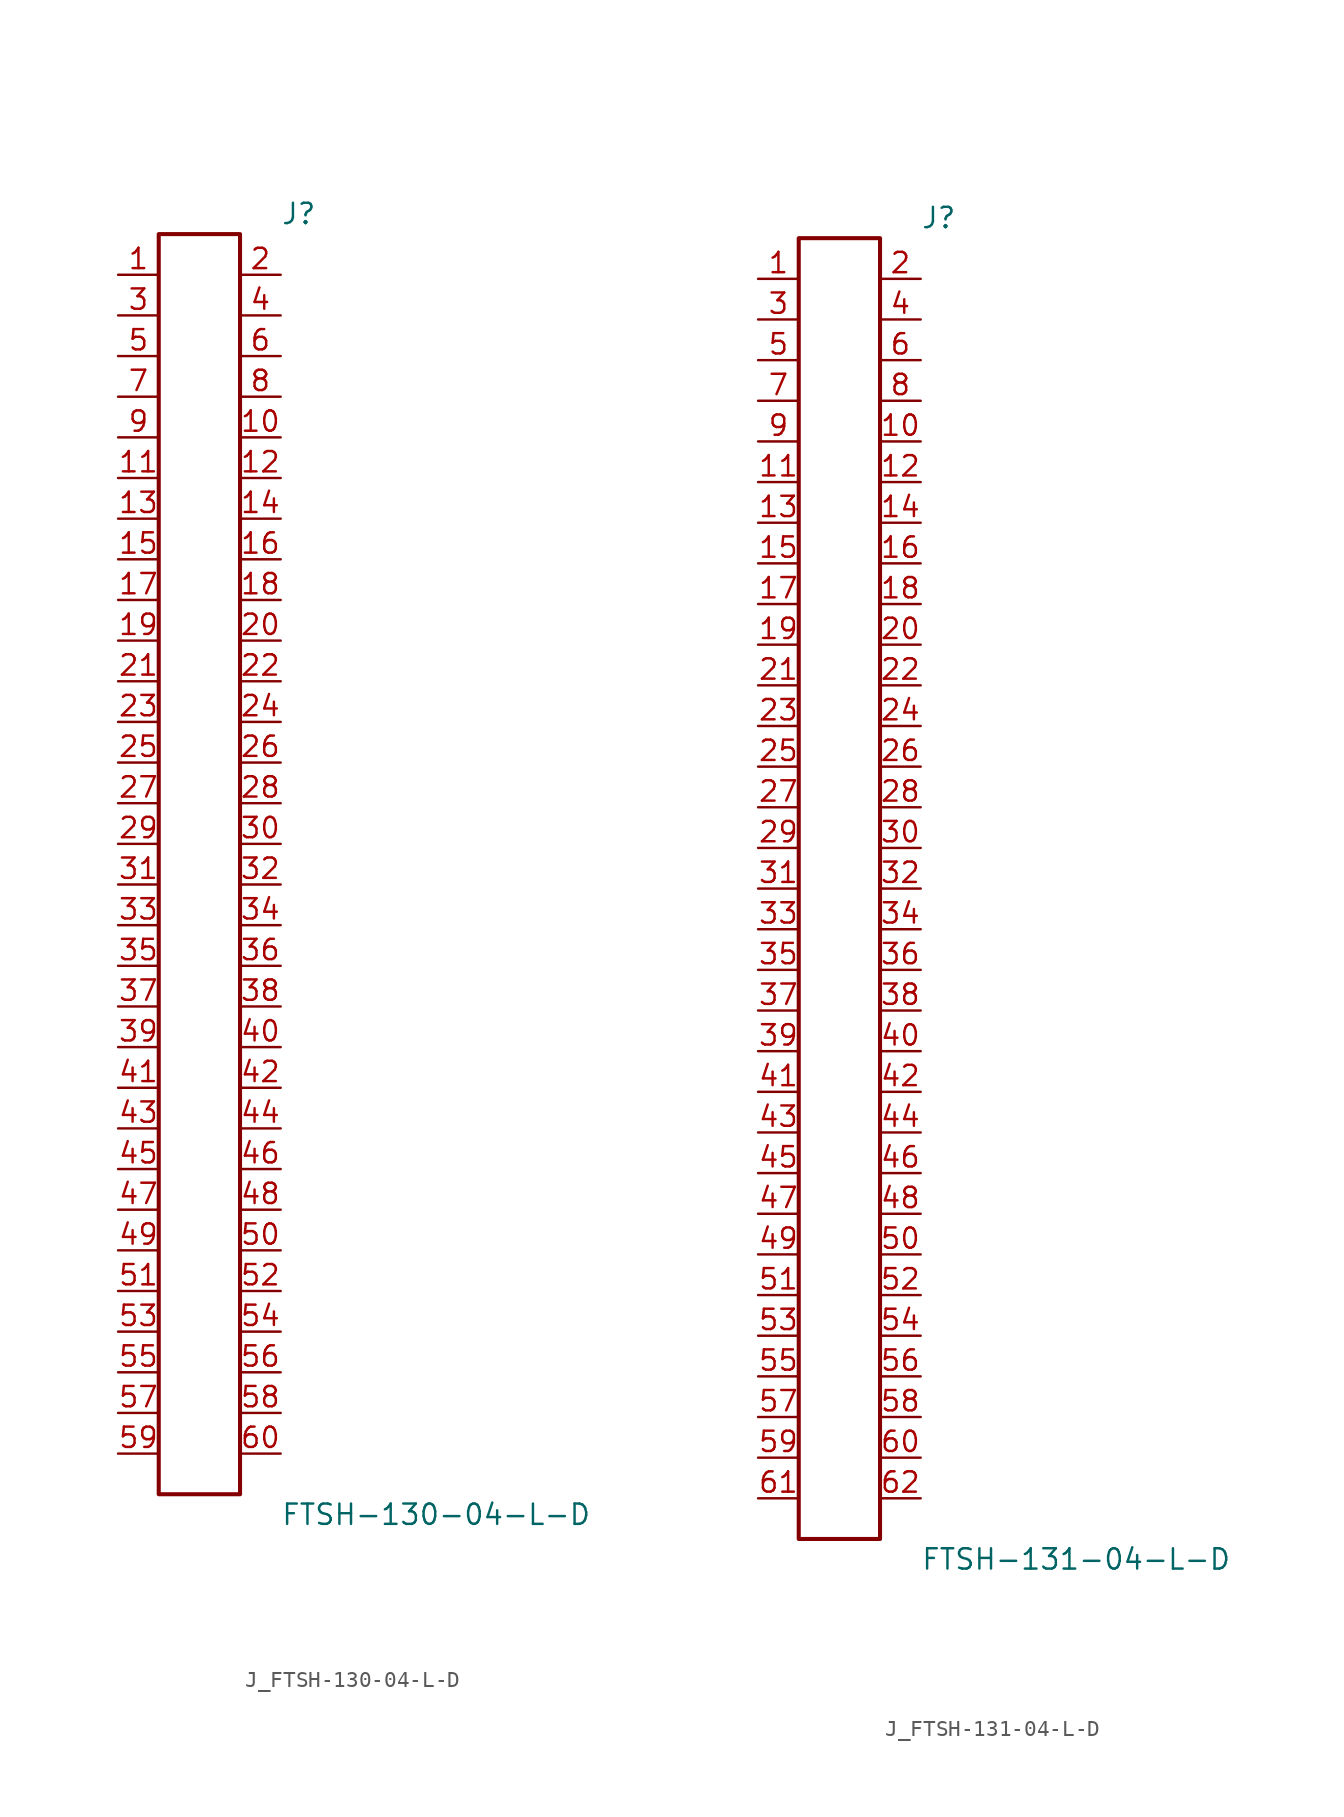
<source format=kicad_sym>
(kicad_symbol_lib
  (version 20231120)
  (generator kicad_symbol_editor)
  (generator_version 8.0)
  (symbol "J_FTSH-130-04-L-D"
    (pin_names
      (offset 0.254))
    (property "Reference" "J"
      (at 5.08 40.64 0)
      (effects (font (size 1.27 1.27)) (justify left)))
    (property "Value" "FTSH-130-04-L-D"
      (at 5.08 -40.64 0)
      (effects (font (size 1.27 1.27)) (justify left)))
    (symbol "J_FTSH-130-04-L-D_0_0"
      (pin passive line (at -5.08 36.83 0) (length 2.54) (name "" (effects (font (size 1.27 1.27)))) (number "1" (effects (font (size 1.27 1.27)))))
      (pin passive line (at 5.08 36.83 180) (length 2.54) (name "" (effects (font (size 1.27 1.27)))) (number "2" (effects (font (size 1.27 1.27)))))
      (pin passive line (at -5.08 34.29 0) (length 2.54) (name "" (effects (font (size 1.27 1.27)))) (number "3" (effects (font (size 1.27 1.27)))))
      (pin passive line (at 5.08 34.29 180) (length 2.54) (name "" (effects (font (size 1.27 1.27)))) (number "4" (effects (font (size 1.27 1.27)))))
      (pin passive line (at -5.08 31.75 0) (length 2.54) (name "" (effects (font (size 1.27 1.27)))) (number "5" (effects (font (size 1.27 1.27)))))
      (pin passive line (at 5.08 31.75 180) (length 2.54) (name "" (effects (font (size 1.27 1.27)))) (number "6" (effects (font (size 1.27 1.27)))))
      (pin passive line (at -5.08 29.21 0) (length 2.54) (name "" (effects (font (size 1.27 1.27)))) (number "7" (effects (font (size 1.27 1.27)))))
      (pin passive line (at 5.08 29.21 180) (length 2.54) (name "" (effects (font (size 1.27 1.27)))) (number "8" (effects (font (size 1.27 1.27)))))
      (pin passive line (at -5.08 26.67 0) (length 2.54) (name "" (effects (font (size 1.27 1.27)))) (number "9" (effects (font (size 1.27 1.27)))))
      (pin passive line (at 5.08 26.67 180) (length 2.54) (name "" (effects (font (size 1.27 1.27)))) (number "10" (effects (font (size 1.27 1.27)))))
      (pin passive line (at -5.08 24.13 0) (length 2.54) (name "" (effects (font (size 1.27 1.27)))) (number "11" (effects (font (size 1.27 1.27)))))
      (pin passive line (at 5.08 24.13 180) (length 2.54) (name "" (effects (font (size 1.27 1.27)))) (number "12" (effects (font (size 1.27 1.27)))))
      (pin passive line (at -5.08 21.59 0) (length 2.54) (name "" (effects (font (size 1.27 1.27)))) (number "13" (effects (font (size 1.27 1.27)))))
      (pin passive line (at 5.08 21.59 180) (length 2.54) (name "" (effects (font (size 1.27 1.27)))) (number "14" (effects (font (size 1.27 1.27)))))
      (pin passive line (at -5.08 19.05 0) (length 2.54) (name "" (effects (font (size 1.27 1.27)))) (number "15" (effects (font (size 1.27 1.27)))))
      (pin passive line (at 5.08 19.05 180) (length 2.54) (name "" (effects (font (size 1.27 1.27)))) (number "16" (effects (font (size 1.27 1.27)))))
      (pin passive line (at -5.08 16.51 0) (length 2.54) (name "" (effects (font (size 1.27 1.27)))) (number "17" (effects (font (size 1.27 1.27)))))
      (pin passive line (at 5.08 16.51 180) (length 2.54) (name "" (effects (font (size 1.27 1.27)))) (number "18" (effects (font (size 1.27 1.27)))))
      (pin passive line (at -5.08 13.97 0) (length 2.54) (name "" (effects (font (size 1.27 1.27)))) (number "19" (effects (font (size 1.27 1.27)))))
      (pin passive line (at 5.08 13.97 180) (length 2.54) (name "" (effects (font (size 1.27 1.27)))) (number "20" (effects (font (size 1.27 1.27)))))
      (pin passive line (at -5.08 11.43 0) (length 2.54) (name "" (effects (font (size 1.27 1.27)))) (number "21" (effects (font (size 1.27 1.27)))))
      (pin passive line (at 5.08 11.43 180) (length 2.54) (name "" (effects (font (size 1.27 1.27)))) (number "22" (effects (font (size 1.27 1.27)))))
      (pin passive line (at -5.08 8.89 0) (length 2.54) (name "" (effects (font (size 1.27 1.27)))) (number "23" (effects (font (size 1.27 1.27)))))
      (pin passive line (at 5.08 8.89 180) (length 2.54) (name "" (effects (font (size 1.27 1.27)))) (number "24" (effects (font (size 1.27 1.27)))))
      (pin passive line (at -5.08 6.35 0) (length 2.54) (name "" (effects (font (size 1.27 1.27)))) (number "25" (effects (font (size 1.27 1.27)))))
      (pin passive line (at 5.08 6.35 180) (length 2.54) (name "" (effects (font (size 1.27 1.27)))) (number "26" (effects (font (size 1.27 1.27)))))
      (pin passive line (at -5.08 3.81 0) (length 2.54) (name "" (effects (font (size 1.27 1.27)))) (number "27" (effects (font (size 1.27 1.27)))))
      (pin passive line (at 5.08 3.81 180) (length 2.54) (name "" (effects (font (size 1.27 1.27)))) (number "28" (effects (font (size 1.27 1.27)))))
      (pin passive line (at -5.08 1.27 0) (length 2.54) (name "" (effects (font (size 1.27 1.27)))) (number "29" (effects (font (size 1.27 1.27)))))
      (pin passive line (at 5.08 1.27 180) (length 2.54) (name "" (effects (font (size 1.27 1.27)))) (number "30" (effects (font (size 1.27 1.27)))))
      (pin passive line (at -5.08 -1.27 0) (length 2.54) (name "" (effects (font (size 1.27 1.27)))) (number "31" (effects (font (size 1.27 1.27)))))
      (pin passive line (at 5.08 -1.27 180) (length 2.54) (name "" (effects (font (size 1.27 1.27)))) (number "32" (effects (font (size 1.27 1.27)))))
      (pin passive line (at -5.08 -3.81 0) (length 2.54) (name "" (effects (font (size 1.27 1.27)))) (number "33" (effects (font (size 1.27 1.27)))))
      (pin passive line (at 5.08 -3.81 180) (length 2.54) (name "" (effects (font (size 1.27 1.27)))) (number "34" (effects (font (size 1.27 1.27)))))
      (pin passive line (at -5.08 -6.35 0) (length 2.54) (name "" (effects (font (size 1.27 1.27)))) (number "35" (effects (font (size 1.27 1.27)))))
      (pin passive line (at 5.08 -6.35 180) (length 2.54) (name "" (effects (font (size 1.27 1.27)))) (number "36" (effects (font (size 1.27 1.27)))))
      (pin passive line (at -5.08 -8.89 0) (length 2.54) (name "" (effects (font (size 1.27 1.27)))) (number "37" (effects (font (size 1.27 1.27)))))
      (pin passive line (at 5.08 -8.89 180) (length 2.54) (name "" (effects (font (size 1.27 1.27)))) (number "38" (effects (font (size 1.27 1.27)))))
      (pin passive line (at -5.08 -11.43 0) (length 2.54) (name "" (effects (font (size 1.27 1.27)))) (number "39" (effects (font (size 1.27 1.27)))))
      (pin passive line (at 5.08 -11.43 180) (length 2.54) (name "" (effects (font (size 1.27 1.27)))) (number "40" (effects (font (size 1.27 1.27)))))
      (pin passive line (at -5.08 -13.97 0) (length 2.54) (name "" (effects (font (size 1.27 1.27)))) (number "41" (effects (font (size 1.27 1.27)))))
      (pin passive line (at 5.08 -13.97 180) (length 2.54) (name "" (effects (font (size 1.27 1.27)))) (number "42" (effects (font (size 1.27 1.27)))))
      (pin passive line (at -5.08 -16.51 0) (length 2.54) (name "" (effects (font (size 1.27 1.27)))) (number "43" (effects (font (size 1.27 1.27)))))
      (pin passive line (at 5.08 -16.51 180) (length 2.54) (name "" (effects (font (size 1.27 1.27)))) (number "44" (effects (font (size 1.27 1.27)))))
      (pin passive line (at -5.08 -19.05 0) (length 2.54) (name "" (effects (font (size 1.27 1.27)))) (number "45" (effects (font (size 1.27 1.27)))))
      (pin passive line (at 5.08 -19.05 180) (length 2.54) (name "" (effects (font (size 1.27 1.27)))) (number "46" (effects (font (size 1.27 1.27)))))
      (pin passive line (at -5.08 -21.59 0) (length 2.54) (name "" (effects (font (size 1.27 1.27)))) (number "47" (effects (font (size 1.27 1.27)))))
      (pin passive line (at 5.08 -21.59 180) (length 2.54) (name "" (effects (font (size 1.27 1.27)))) (number "48" (effects (font (size 1.27 1.27)))))
      (pin passive line (at -5.08 -24.13 0) (length 2.54) (name "" (effects (font (size 1.27 1.27)))) (number "49" (effects (font (size 1.27 1.27)))))
      (pin passive line (at 5.08 -24.13 180) (length 2.54) (name "" (effects (font (size 1.27 1.27)))) (number "50" (effects (font (size 1.27 1.27)))))
      (pin passive line (at -5.08 -26.67 0) (length 2.54) (name "" (effects (font (size 1.27 1.27)))) (number "51" (effects (font (size 1.27 1.27)))))
      (pin passive line (at 5.08 -26.67 180) (length 2.54) (name "" (effects (font (size 1.27 1.27)))) (number "52" (effects (font (size 1.27 1.27)))))
      (pin passive line (at -5.08 -29.21 0) (length 2.54) (name "" (effects (font (size 1.27 1.27)))) (number "53" (effects (font (size 1.27 1.27)))))
      (pin passive line (at 5.08 -29.21 180) (length 2.54) (name "" (effects (font (size 1.27 1.27)))) (number "54" (effects (font (size 1.27 1.27)))))
      (pin passive line (at -5.08 -31.75 0) (length 2.54) (name "" (effects (font (size 1.27 1.27)))) (number "55" (effects (font (size 1.27 1.27)))))
      (pin passive line (at 5.08 -31.75 180) (length 2.54) (name "" (effects (font (size 1.27 1.27)))) (number "56" (effects (font (size 1.27 1.27)))))
      (pin passive line (at -5.08 -34.29 0) (length 2.54) (name "" (effects (font (size 1.27 1.27)))) (number "57" (effects (font (size 1.27 1.27)))))
      (pin passive line (at 5.08 -34.29 180) (length 2.54) (name "" (effects (font (size 1.27 1.27)))) (number "58" (effects (font (size 1.27 1.27)))))
      (pin passive line (at -5.08 -36.83 0) (length 2.54) (name "" (effects (font (size 1.27 1.27)))) (number "59" (effects (font (size 1.27 1.27)))))
      (pin passive line (at 5.08 -36.83 180) (length 2.54) (name "" (effects (font (size 1.27 1.27)))) (number "60" (effects (font (size 1.27 1.27))))))
    (symbol "J_FTSH-130-04-L-D_1_0"
      (rectangle (start -2.54 39.37) (end 2.54 -39.37) (stroke (width 0.254) (type solid)) (fill (type none)))))
  (symbol "J_FTSH-131-04-L-D"
    (pin_names
      (offset 0.254))
    (property "Reference" "J"
      (at 5.08 41.91 0)
      (effects (font (size 1.27 1.27)) (justify left)))
    (property "Value" "FTSH-131-04-L-D"
      (at 5.08 -41.91 0)
      (effects (font (size 1.27 1.27)) (justify left)))
    (symbol "J_FTSH-131-04-L-D_0_0"
      (pin passive line (at -5.08 38.1 0) (length 2.54) (name "" (effects (font (size 1.27 1.27)))) (number "1" (effects (font (size 1.27 1.27)))))
      (pin passive line (at 5.08 38.1 180) (length 2.54) (name "" (effects (font (size 1.27 1.27)))) (number "2" (effects (font (size 1.27 1.27)))))
      (pin passive line (at -5.08 35.56 0) (length 2.54) (name "" (effects (font (size 1.27 1.27)))) (number "3" (effects (font (size 1.27 1.27)))))
      (pin passive line (at 5.08 35.56 180) (length 2.54) (name "" (effects (font (size 1.27 1.27)))) (number "4" (effects (font (size 1.27 1.27)))))
      (pin passive line (at -5.08 33.02 0) (length 2.54) (name "" (effects (font (size 1.27 1.27)))) (number "5" (effects (font (size 1.27 1.27)))))
      (pin passive line (at 5.08 33.02 180) (length 2.54) (name "" (effects (font (size 1.27 1.27)))) (number "6" (effects (font (size 1.27 1.27)))))
      (pin passive line (at -5.08 30.48 0) (length 2.54) (name "" (effects (font (size 1.27 1.27)))) (number "7" (effects (font (size 1.27 1.27)))))
      (pin passive line (at 5.08 30.48 180) (length 2.54) (name "" (effects (font (size 1.27 1.27)))) (number "8" (effects (font (size 1.27 1.27)))))
      (pin passive line (at -5.08 27.94 0) (length 2.54) (name "" (effects (font (size 1.27 1.27)))) (number "9" (effects (font (size 1.27 1.27)))))
      (pin passive line (at 5.08 27.94 180) (length 2.54) (name "" (effects (font (size 1.27 1.27)))) (number "10" (effects (font (size 1.27 1.27)))))
      (pin passive line (at -5.08 25.4 0) (length 2.54) (name "" (effects (font (size 1.27 1.27)))) (number "11" (effects (font (size 1.27 1.27)))))
      (pin passive line (at 5.08 25.4 180) (length 2.54) (name "" (effects (font (size 1.27 1.27)))) (number "12" (effects (font (size 1.27 1.27)))))
      (pin passive line (at -5.08 22.86 0) (length 2.54) (name "" (effects (font (size 1.27 1.27)))) (number "13" (effects (font (size 1.27 1.27)))))
      (pin passive line (at 5.08 22.86 180) (length 2.54) (name "" (effects (font (size 1.27 1.27)))) (number "14" (effects (font (size 1.27 1.27)))))
      (pin passive line (at -5.08 20.32 0) (length 2.54) (name "" (effects (font (size 1.27 1.27)))) (number "15" (effects (font (size 1.27 1.27)))))
      (pin passive line (at 5.08 20.32 180) (length 2.54) (name "" (effects (font (size 1.27 1.27)))) (number "16" (effects (font (size 1.27 1.27)))))
      (pin passive line (at -5.08 17.78 0) (length 2.54) (name "" (effects (font (size 1.27 1.27)))) (number "17" (effects (font (size 1.27 1.27)))))
      (pin passive line (at 5.08 17.78 180) (length 2.54) (name "" (effects (font (size 1.27 1.27)))) (number "18" (effects (font (size 1.27 1.27)))))
      (pin passive line (at -5.08 15.24 0) (length 2.54) (name "" (effects (font (size 1.27 1.27)))) (number "19" (effects (font (size 1.27 1.27)))))
      (pin passive line (at 5.08 15.24 180) (length 2.54) (name "" (effects (font (size 1.27 1.27)))) (number "20" (effects (font (size 1.27 1.27)))))
      (pin passive line (at -5.08 12.7 0) (length 2.54) (name "" (effects (font (size 1.27 1.27)))) (number "21" (effects (font (size 1.27 1.27)))))
      (pin passive line (at 5.08 12.7 180) (length 2.54) (name "" (effects (font (size 1.27 1.27)))) (number "22" (effects (font (size 1.27 1.27)))))
      (pin passive line (at -5.08 10.16 0) (length 2.54) (name "" (effects (font (size 1.27 1.27)))) (number "23" (effects (font (size 1.27 1.27)))))
      (pin passive line (at 5.08 10.16 180) (length 2.54) (name "" (effects (font (size 1.27 1.27)))) (number "24" (effects (font (size 1.27 1.27)))))
      (pin passive line (at -5.08 7.62 0) (length 2.54) (name "" (effects (font (size 1.27 1.27)))) (number "25" (effects (font (size 1.27 1.27)))))
      (pin passive line (at 5.08 7.62 180) (length 2.54) (name "" (effects (font (size 1.27 1.27)))) (number "26" (effects (font (size 1.27 1.27)))))
      (pin passive line (at -5.08 5.08 0) (length 2.54) (name "" (effects (font (size 1.27 1.27)))) (number "27" (effects (font (size 1.27 1.27)))))
      (pin passive line (at 5.08 5.08 180) (length 2.54) (name "" (effects (font (size 1.27 1.27)))) (number "28" (effects (font (size 1.27 1.27)))))
      (pin passive line (at -5.08 2.54 0) (length 2.54) (name "" (effects (font (size 1.27 1.27)))) (number "29" (effects (font (size 1.27 1.27)))))
      (pin passive line (at 5.08 2.54 180) (length 2.54) (name "" (effects (font (size 1.27 1.27)))) (number "30" (effects (font (size 1.27 1.27)))))
      (pin passive line (at -5.08 0.0 0) (length 2.54) (name "" (effects (font (size 1.27 1.27)))) (number "31" (effects (font (size 1.27 1.27)))))
      (pin passive line (at 5.08 0.0 180) (length 2.54) (name "" (effects (font (size 1.27 1.27)))) (number "32" (effects (font (size 1.27 1.27)))))
      (pin passive line (at -5.08 -2.54 0) (length 2.54) (name "" (effects (font (size 1.27 1.27)))) (number "33" (effects (font (size 1.27 1.27)))))
      (pin passive line (at 5.08 -2.54 180) (length 2.54) (name "" (effects (font (size 1.27 1.27)))) (number "34" (effects (font (size 1.27 1.27)))))
      (pin passive line (at -5.08 -5.08 0) (length 2.54) (name "" (effects (font (size 1.27 1.27)))) (number "35" (effects (font (size 1.27 1.27)))))
      (pin passive line (at 5.08 -5.08 180) (length 2.54) (name "" (effects (font (size 1.27 1.27)))) (number "36" (effects (font (size 1.27 1.27)))))
      (pin passive line (at -5.08 -7.62 0) (length 2.54) (name "" (effects (font (size 1.27 1.27)))) (number "37" (effects (font (size 1.27 1.27)))))
      (pin passive line (at 5.08 -7.62 180) (length 2.54) (name "" (effects (font (size 1.27 1.27)))) (number "38" (effects (font (size 1.27 1.27)))))
      (pin passive line (at -5.08 -10.16 0) (length 2.54) (name "" (effects (font (size 1.27 1.27)))) (number "39" (effects (font (size 1.27 1.27)))))
      (pin passive line (at 5.08 -10.16 180) (length 2.54) (name "" (effects (font (size 1.27 1.27)))) (number "40" (effects (font (size 1.27 1.27)))))
      (pin passive line (at -5.08 -12.7 0) (length 2.54) (name "" (effects (font (size 1.27 1.27)))) (number "41" (effects (font (size 1.27 1.27)))))
      (pin passive line (at 5.08 -12.7 180) (length 2.54) (name "" (effects (font (size 1.27 1.27)))) (number "42" (effects (font (size 1.27 1.27)))))
      (pin passive line (at -5.08 -15.24 0) (length 2.54) (name "" (effects (font (size 1.27 1.27)))) (number "43" (effects (font (size 1.27 1.27)))))
      (pin passive line (at 5.08 -15.24 180) (length 2.54) (name "" (effects (font (size 1.27 1.27)))) (number "44" (effects (font (size 1.27 1.27)))))
      (pin passive line (at -5.08 -17.78 0) (length 2.54) (name "" (effects (font (size 1.27 1.27)))) (number "45" (effects (font (size 1.27 1.27)))))
      (pin passive line (at 5.08 -17.78 180) (length 2.54) (name "" (effects (font (size 1.27 1.27)))) (number "46" (effects (font (size 1.27 1.27)))))
      (pin passive line (at -5.08 -20.32 0) (length 2.54) (name "" (effects (font (size 1.27 1.27)))) (number "47" (effects (font (size 1.27 1.27)))))
      (pin passive line (at 5.08 -20.32 180) (length 2.54) (name "" (effects (font (size 1.27 1.27)))) (number "48" (effects (font (size 1.27 1.27)))))
      (pin passive line (at -5.08 -22.86 0) (length 2.54) (name "" (effects (font (size 1.27 1.27)))) (number "49" (effects (font (size 1.27 1.27)))))
      (pin passive line (at 5.08 -22.86 180) (length 2.54) (name "" (effects (font (size 1.27 1.27)))) (number "50" (effects (font (size 1.27 1.27)))))
      (pin passive line (at -5.08 -25.4 0) (length 2.54) (name "" (effects (font (size 1.27 1.27)))) (number "51" (effects (font (size 1.27 1.27)))))
      (pin passive line (at 5.08 -25.4 180) (length 2.54) (name "" (effects (font (size 1.27 1.27)))) (number "52" (effects (font (size 1.27 1.27)))))
      (pin passive line (at -5.08 -27.94 0) (length 2.54) (name "" (effects (font (size 1.27 1.27)))) (number "53" (effects (font (size 1.27 1.27)))))
      (pin passive line (at 5.08 -27.94 180) (length 2.54) (name "" (effects (font (size 1.27 1.27)))) (number "54" (effects (font (size 1.27 1.27)))))
      (pin passive line (at -5.08 -30.48 0) (length 2.54) (name "" (effects (font (size 1.27 1.27)))) (number "55" (effects (font (size 1.27 1.27)))))
      (pin passive line (at 5.08 -30.48 180) (length 2.54) (name "" (effects (font (size 1.27 1.27)))) (number "56" (effects (font (size 1.27 1.27)))))
      (pin passive line (at -5.08 -33.02 0) (length 2.54) (name "" (effects (font (size 1.27 1.27)))) (number "57" (effects (font (size 1.27 1.27)))))
      (pin passive line (at 5.08 -33.02 180) (length 2.54) (name "" (effects (font (size 1.27 1.27)))) (number "58" (effects (font (size 1.27 1.27)))))
      (pin passive line (at -5.08 -35.56 0) (length 2.54) (name "" (effects (font (size 1.27 1.27)))) (number "59" (effects (font (size 1.27 1.27)))))
      (pin passive line (at 5.08 -35.56 180) (length 2.54) (name "" (effects (font (size 1.27 1.27)))) (number "60" (effects (font (size 1.27 1.27)))))
      (pin passive line (at -5.08 -38.1 0) (length 2.54) (name "" (effects (font (size 1.27 1.27)))) (number "61" (effects (font (size 1.27 1.27)))))
      (pin passive line (at 5.08 -38.1 180) (length 2.54) (name "" (effects (font (size 1.27 1.27)))) (number "62" (effects (font (size 1.27 1.27))))))
    (symbol "J_FTSH-131-04-L-D_1_0"
      (rectangle (start -2.54 40.64) (end 2.54 -40.64) (stroke (width 0.254) (type solid)) (fill (type none))))))
</source>
